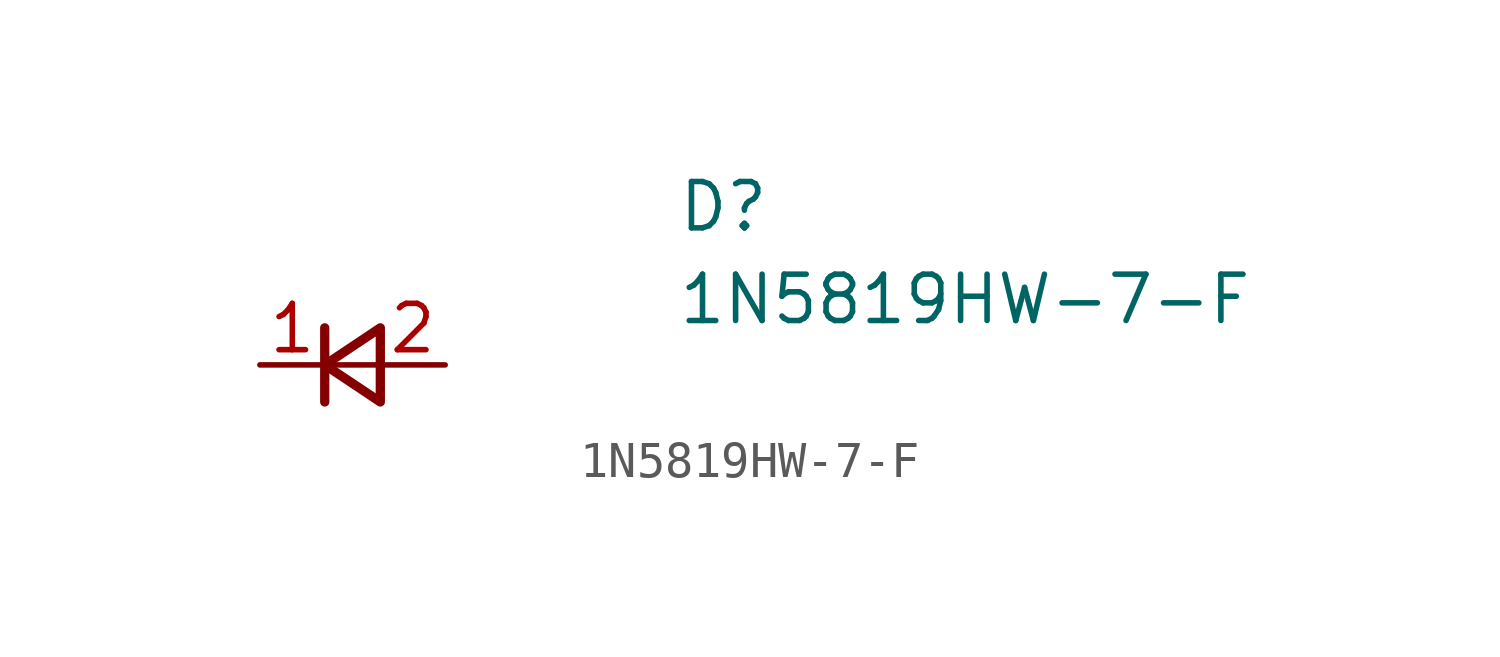
<source format=kicad_sym>
(kicad_symbol_lib
  (version 20220914)
  (generator kicad_symbol_editor)
  (symbol "1N5819HW-7-F"
    (pin_names hide)
    (property "Reference" "D"
      (at 11.43 5.08 0)
      (effects (font (size 1.27 1.27)) (justify left top)))
    (property "Value" "1N5819HW-7-F"
      (at 11.43 2.54 0)
      (effects (font (size 1.27 1.27)) (justify left top)))
    (symbol "1N5819HW-7-F_0_1"
      (polyline (pts (xy 1.778 -1.016) (xy 1.778 1.016)) (stroke (width 0.254) (type default)) (fill (type none)))
      (polyline (pts (xy 1.778 0) (xy 3.302 0)) (stroke (width 0) (type default)) (fill (type none)))
      (polyline (pts (xy 3.302 -1.016) (xy 1.778 0) (xy 3.302 1.016) (xy 3.302 -1.016)) (stroke (width 0.254) (type default)) (fill (type none))))
    (symbol "1N5819HW-7-F_1_1"
      (pin passive line (at 0 0 0) (length 1.778) (name "" (effects (font (size 1.27 1.27)))) (number "1" (effects (font (size 1.27 1.27)))))
      (pin passive line (at 5.08 0 180) (length 1.778) (name "" (effects (font (size 1.27 1.27)))) (number "2" (effects (font (size 1.27 1.27))))))))
</source>
